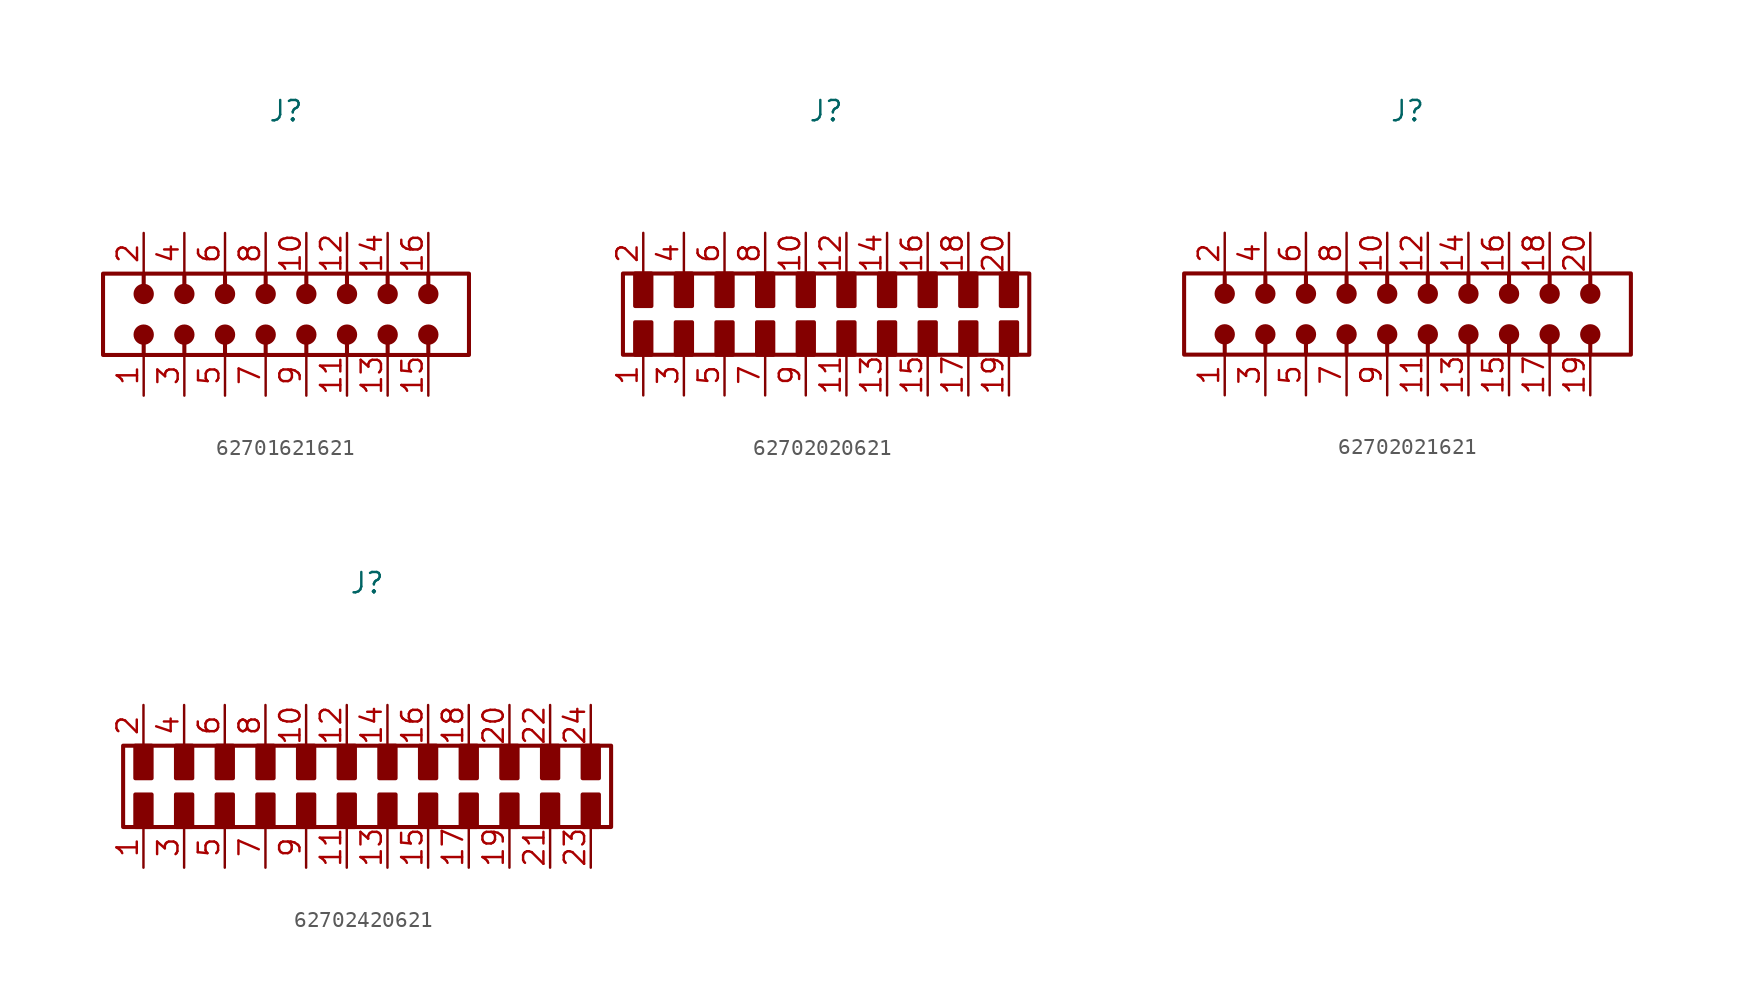
<source format=kicad_sym>
(kicad_symbol_lib
  (version 20241209)
  (generator "kicad_symbol_editor")
  (generator_version "9.0")
  (symbol "62701621621"
    (pin_names
      (hide yes))
    (property "Reference" "J"
      (at 0 12.7 0)
      (effects (font (size 1.27 1.27))))
    (symbol "62701621621_1_1"
      (polyline (pts (xy -8.89 1.778) (xy -8.89 2.54)) (stroke (width 0.254) (type solid)) (fill (type none)))
      (circle (center -8.89 1.27) (radius 0.508) (stroke (width 0.254) (type solid)) (fill (type outline)))
      (circle (center -8.89 -1.27) (radius 0.508) (stroke (width 0.254) (type solid)) (fill (type outline)))
      (polyline (pts (xy -8.89 -1.778) (xy -8.89 -2.54)) (stroke (width 0.254) (type solid)) (fill (type none)))
      (polyline (pts (xy -6.35 1.778) (xy -6.35 2.54)) (stroke (width 0.254) (type solid)) (fill (type none)))
      (circle (center -6.35 1.27) (radius 0.508) (stroke (width 0.254) (type solid)) (fill (type outline)))
      (circle (center -6.35 -1.27) (radius 0.508) (stroke (width 0.254) (type solid)) (fill (type outline)))
      (polyline (pts (xy -6.35 -1.778) (xy -6.35 -2.54)) (stroke (width 0.254) (type solid)) (fill (type none)))
      (polyline (pts (xy -3.81 1.778) (xy -3.81 2.54)) (stroke (width 0.254) (type solid)) (fill (type none)))
      (circle (center -3.81 1.27) (radius 0.508) (stroke (width 0.254) (type solid)) (fill (type outline)))
      (circle (center -3.81 -1.27) (radius 0.508) (stroke (width 0.254) (type solid)) (fill (type outline)))
      (polyline (pts (xy -3.81 -1.778) (xy -3.81 -2.54)) (stroke (width 0.254) (type solid)) (fill (type none)))
      (polyline (pts (xy -1.27 1.778) (xy -1.27 2.54)) (stroke (width 0.254) (type solid)) (fill (type none)))
      (circle (center -1.27 1.27) (radius 0.508) (stroke (width 0.254) (type solid)) (fill (type outline)))
      (circle (center -1.27 -1.27) (radius 0.508) (stroke (width 0.254) (type solid)) (fill (type outline)))
      (polyline (pts (xy -1.27 -1.778) (xy -1.27 -2.54)) (stroke (width 0.254) (type solid)) (fill (type none)))
      (polyline (pts (xy 1.27 1.778) (xy 1.27 2.54)) (stroke (width 0.254) (type solid)) (fill (type none)))
      (circle (center 1.27 1.27) (radius 0.508) (stroke (width 0.254) (type solid)) (fill (type outline)))
      (circle (center 1.27 -1.27) (radius 0.508) (stroke (width 0.254) (type solid)) (fill (type outline)))
      (polyline (pts (xy 1.27 -1.778) (xy 1.27 -2.54)) (stroke (width 0.254) (type solid)) (fill (type none)))
      (polyline (pts (xy 3.81 1.778) (xy 3.81 2.54)) (stroke (width 0.254) (type solid)) (fill (type none)))
      (circle (center 3.81 1.27) (radius 0.508) (stroke (width 0.254) (type solid)) (fill (type outline)))
      (circle (center 3.81 -1.27) (radius 0.508) (stroke (width 0.254) (type solid)) (fill (type outline)))
      (polyline (pts (xy 3.81 -1.778) (xy 3.81 -2.54)) (stroke (width 0.254) (type solid)) (fill (type none)))
      (polyline (pts (xy 6.35 1.778) (xy 6.35 2.54)) (stroke (width 0.254) (type solid)) (fill (type none)))
      (circle (center 6.35 1.27) (radius 0.508) (stroke (width 0.254) (type solid)) (fill (type outline)))
      (circle (center 6.35 -1.27) (radius 0.508) (stroke (width 0.254) (type solid)) (fill (type outline)))
      (polyline (pts (xy 6.35 -1.778) (xy 6.35 -2.54)) (stroke (width 0.254) (type solid)) (fill (type none)))
      (polyline (pts (xy 8.89 1.778) (xy 8.89 2.54)) (stroke (width 0.254) (type solid)) (fill (type none)))
      (circle (center 8.89 1.27) (radius 0.508) (stroke (width 0.254) (type solid)) (fill (type outline)))
      (circle (center 8.89 -1.27) (radius 0.508) (stroke (width 0.254) (type solid)) (fill (type outline)))
      (polyline (pts (xy 8.89 -1.778) (xy 8.89 -2.54)) (stroke (width 0.254) (type solid)) (fill (type none)))
      (rectangle (start 11.43 -2.54) (end -11.43 2.54) (stroke (width 0.254) (type solid)) (fill (type none)))
      (pin passive line (at -8.89 5.08 270) (length 2.54) (name "2" (effects (font (size 1.27 1.27)))) (number "2" (effects (font (size 1.27 1.27)))))
      (pin passive line (at -8.89 -5.08 90) (length 2.54) (name "1" (effects (font (size 1.27 1.27)))) (number "1" (effects (font (size 1.27 1.27)))))
      (pin passive line (at -6.35 5.08 270) (length 2.54) (name "4" (effects (font (size 1.27 1.27)))) (number "4" (effects (font (size 1.27 1.27)))))
      (pin passive line (at -6.35 -5.08 90) (length 2.54) (name "3" (effects (font (size 1.27 1.27)))) (number "3" (effects (font (size 1.27 1.27)))))
      (pin passive line (at -3.81 5.08 270) (length 2.54) (name "6" (effects (font (size 1.27 1.27)))) (number "6" (effects (font (size 1.27 1.27)))))
      (pin passive line (at -3.81 -5.08 90) (length 2.54) (name "5" (effects (font (size 1.27 1.27)))) (number "5" (effects (font (size 1.27 1.27)))))
      (pin passive line (at -1.27 5.08 270) (length 2.54) (name "8" (effects (font (size 1.27 1.27)))) (number "8" (effects (font (size 1.27 1.27)))))
      (pin passive line (at -1.27 -5.08 90) (length 2.54) (name "7" (effects (font (size 1.27 1.27)))) (number "7" (effects (font (size 1.27 1.27)))))
      (pin passive line (at 1.27 5.08 270) (length 2.54) (name "10" (effects (font (size 1.27 1.27)))) (number "10" (effects (font (size 1.27 1.27)))))
      (pin passive line (at 1.27 -5.08 90) (length 2.54) (name "9" (effects (font (size 1.27 1.27)))) (number "9" (effects (font (size 1.27 1.27)))))
      (pin passive line (at 3.81 5.08 270) (length 2.54) (name "12" (effects (font (size 1.27 1.27)))) (number "12" (effects (font (size 1.27 1.27)))))
      (pin passive line (at 3.81 -5.08 90) (length 2.54) (name "11" (effects (font (size 1.27 1.27)))) (number "11" (effects (font (size 1.27 1.27)))))
      (pin passive line (at 6.35 5.08 270) (length 2.54) (name "14" (effects (font (size 1.27 1.27)))) (number "14" (effects (font (size 1.27 1.27)))))
      (pin passive line (at 6.35 -5.08 90) (length 2.54) (name "13" (effects (font (size 1.27 1.27)))) (number "13" (effects (font (size 1.27 1.27)))))
      (pin passive line (at 8.89 5.08 270) (length 2.54) (name "16" (effects (font (size 1.27 1.27)))) (number "16" (effects (font (size 1.27 1.27)))))
      (pin passive line (at 8.89 -5.08 90) (length 2.54) (name "15" (effects (font (size 1.27 1.27)))) (number "15" (effects (font (size 1.27 1.27)))))))
  (symbol "62702020621"
    (pin_names
      (hide yes))
    (property "Reference" "J"
      (at 0 12.7 0)
      (effects (font (size 1.27 1.27))))
    (symbol "62702020621_1_1"
      (rectangle (start -12.7 2.54) (end 12.7 -2.54) (stroke (width 0.254) (type solid)) (fill (type none)))
      (rectangle (start -11.938 2.54) (end -10.922 0.508) (stroke (width 0.254) (type solid)) (fill (type outline)))
      (rectangle (start -11.938 -0.508) (end -10.922 -2.54) (stroke (width 0.254) (type solid)) (fill (type outline)))
      (rectangle (start -9.398 2.54) (end -8.382 0.508) (stroke (width 0.254) (type solid)) (fill (type outline)))
      (rectangle (start -9.398 -0.508) (end -8.382 -2.54) (stroke (width 0.254) (type solid)) (fill (type outline)))
      (rectangle (start -6.858 2.54) (end -5.842 0.508) (stroke (width 0.254) (type solid)) (fill (type outline)))
      (rectangle (start -6.858 -0.508) (end -5.842 -2.54) (stroke (width 0.254) (type solid)) (fill (type outline)))
      (rectangle (start -4.318 2.54) (end -3.302 0.508) (stroke (width 0.254) (type solid)) (fill (type outline)))
      (rectangle (start -4.318 -0.508) (end -3.302 -2.54) (stroke (width 0.254) (type solid)) (fill (type outline)))
      (rectangle (start -1.778 2.54) (end -0.762 0.508) (stroke (width 0.254) (type solid)) (fill (type outline)))
      (rectangle (start -1.778 -0.508) (end -0.762 -2.54) (stroke (width 0.254) (type solid)) (fill (type outline)))
      (rectangle (start 0.762 2.54) (end 1.778 0.508) (stroke (width 0.254) (type solid)) (fill (type outline)))
      (rectangle (start 0.762 -0.508) (end 1.778 -2.54) (stroke (width 0.254) (type solid)) (fill (type outline)))
      (rectangle (start 3.302 2.54) (end 4.318 0.508) (stroke (width 0.254) (type solid)) (fill (type outline)))
      (rectangle (start 3.302 -0.508) (end 4.318 -2.54) (stroke (width 0.254) (type solid)) (fill (type outline)))
      (rectangle (start 5.842 2.54) (end 6.858 0.508) (stroke (width 0.254) (type solid)) (fill (type outline)))
      (rectangle (start 5.842 -0.508) (end 6.858 -2.54) (stroke (width 0.254) (type solid)) (fill (type outline)))
      (rectangle (start 8.382 2.54) (end 9.398 0.508) (stroke (width 0.254) (type solid)) (fill (type outline)))
      (rectangle (start 8.382 -0.508) (end 9.398 -2.54) (stroke (width 0.254) (type solid)) (fill (type outline)))
      (rectangle (start 10.922 2.54) (end 11.938 0.508) (stroke (width 0.254) (type solid)) (fill (type outline)))
      (rectangle (start 10.922 -0.508) (end 11.938 -2.54) (stroke (width 0.254) (type solid)) (fill (type outline)))
      (pin passive line (at -11.43 5.08 270) (length 2.54) (name "2" (effects (font (size 1.27 1.27)))) (number "2" (effects (font (size 1.27 1.27)))))
      (pin passive line (at -11.43 -5.08 90) (length 2.54) (name "1" (effects (font (size 1.27 1.27)))) (number "1" (effects (font (size 1.27 1.27)))))
      (pin passive line (at -8.89 5.08 270) (length 2.54) (name "4" (effects (font (size 1.27 1.27)))) (number "4" (effects (font (size 1.27 1.27)))))
      (pin passive line (at -8.89 -5.08 90) (length 2.54) (name "3" (effects (font (size 1.27 1.27)))) (number "3" (effects (font (size 1.27 1.27)))))
      (pin passive line (at -6.35 5.08 270) (length 2.54) (name "6" (effects (font (size 1.27 1.27)))) (number "6" (effects (font (size 1.27 1.27)))))
      (pin passive line (at -6.35 -5.08 90) (length 2.54) (name "5" (effects (font (size 1.27 1.27)))) (number "5" (effects (font (size 1.27 1.27)))))
      (pin passive line (at -3.81 5.08 270) (length 2.54) (name "8" (effects (font (size 1.27 1.27)))) (number "8" (effects (font (size 1.27 1.27)))))
      (pin passive line (at -3.81 -5.08 90) (length 2.54) (name "7" (effects (font (size 1.27 1.27)))) (number "7" (effects (font (size 1.27 1.27)))))
      (pin passive line (at -1.27 5.08 270) (length 2.54) (name "10" (effects (font (size 1.27 1.27)))) (number "10" (effects (font (size 1.27 1.27)))))
      (pin passive line (at -1.27 -5.08 90) (length 2.54) (name "9" (effects (font (size 1.27 1.27)))) (number "9" (effects (font (size 1.27 1.27)))))
      (pin passive line (at 1.27 5.08 270) (length 2.54) (name "12" (effects (font (size 1.27 1.27)))) (number "12" (effects (font (size 1.27 1.27)))))
      (pin passive line (at 1.27 -5.08 90) (length 2.54) (name "11" (effects (font (size 1.27 1.27)))) (number "11" (effects (font (size 1.27 1.27)))))
      (pin passive line (at 3.81 5.08 270) (length 2.54) (name "14" (effects (font (size 1.27 1.27)))) (number "14" (effects (font (size 1.27 1.27)))))
      (pin passive line (at 3.81 -5.08 90) (length 2.54) (name "13" (effects (font (size 1.27 1.27)))) (number "13" (effects (font (size 1.27 1.27)))))
      (pin passive line (at 6.35 5.08 270) (length 2.54) (name "16" (effects (font (size 1.27 1.27)))) (number "16" (effects (font (size 1.27 1.27)))))
      (pin passive line (at 6.35 -5.08 90) (length 2.54) (name "15" (effects (font (size 1.27 1.27)))) (number "15" (effects (font (size 1.27 1.27)))))
      (pin passive line (at 8.89 5.08 270) (length 2.54) (name "18" (effects (font (size 1.27 1.27)))) (number "18" (effects (font (size 1.27 1.27)))))
      (pin passive line (at 8.89 -5.08 90) (length 2.54) (name "17" (effects (font (size 1.27 1.27)))) (number "17" (effects (font (size 1.27 1.27)))))
      (pin passive line (at 11.43 5.08 270) (length 2.54) (name "20" (effects (font (size 1.27 1.27)))) (number "20" (effects (font (size 1.27 1.27)))))
      (pin passive line (at 11.43 -5.08 90) (length 2.54) (name "19" (effects (font (size 1.27 1.27)))) (number "19" (effects (font (size 1.27 1.27)))))))
  (symbol "62702021621"
    (pin_names
      (hide yes))
    (property "Reference" "J"
      (at 0 12.7 0)
      (effects (font (size 1.27 1.27))))
    (symbol "62702021621_1_1"
      (polyline (pts (xy -11.43 1.778) (xy -11.43 2.54)) (stroke (width 0.254) (type solid)) (fill (type none)))
      (circle (center -11.43 1.27) (radius 0.508) (stroke (width 0.254) (type solid)) (fill (type outline)))
      (circle (center -11.43 -1.27) (radius 0.508) (stroke (width 0.254) (type solid)) (fill (type outline)))
      (polyline (pts (xy -11.43 -1.778) (xy -11.43 -2.54)) (stroke (width 0.254) (type solid)) (fill (type none)))
      (polyline (pts (xy -8.89 1.778) (xy -8.89 2.54)) (stroke (width 0.254) (type solid)) (fill (type none)))
      (circle (center -8.89 1.27) (radius 0.508) (stroke (width 0.254) (type solid)) (fill (type outline)))
      (circle (center -8.89 -1.27) (radius 0.508) (stroke (width 0.254) (type solid)) (fill (type outline)))
      (polyline (pts (xy -8.89 -1.778) (xy -8.89 -2.54)) (stroke (width 0.254) (type solid)) (fill (type none)))
      (polyline (pts (xy -6.35 1.778) (xy -6.35 2.54)) (stroke (width 0.254) (type solid)) (fill (type none)))
      (circle (center -6.35 1.27) (radius 0.508) (stroke (width 0.254) (type solid)) (fill (type outline)))
      (circle (center -6.35 -1.27) (radius 0.508) (stroke (width 0.254) (type solid)) (fill (type outline)))
      (polyline (pts (xy -6.35 -1.778) (xy -6.35 -2.54)) (stroke (width 0.254) (type solid)) (fill (type none)))
      (polyline (pts (xy -3.81 1.778) (xy -3.81 2.54)) (stroke (width 0.254) (type solid)) (fill (type none)))
      (circle (center -3.81 1.27) (radius 0.508) (stroke (width 0.254) (type solid)) (fill (type outline)))
      (circle (center -3.81 -1.27) (radius 0.508) (stroke (width 0.254) (type solid)) (fill (type outline)))
      (polyline (pts (xy -3.81 -1.778) (xy -3.81 -2.54)) (stroke (width 0.254) (type solid)) (fill (type none)))
      (polyline (pts (xy -1.27 1.778) (xy -1.27 2.54)) (stroke (width 0.254) (type solid)) (fill (type none)))
      (circle (center -1.27 1.27) (radius 0.508) (stroke (width 0.254) (type solid)) (fill (type outline)))
      (circle (center -1.27 -1.27) (radius 0.508) (stroke (width 0.254) (type solid)) (fill (type outline)))
      (polyline (pts (xy -1.27 -1.778) (xy -1.27 -2.54)) (stroke (width 0.254) (type solid)) (fill (type none)))
      (polyline (pts (xy 1.27 1.778) (xy 1.27 2.54)) (stroke (width 0.254) (type solid)) (fill (type none)))
      (circle (center 1.27 1.27) (radius 0.508) (stroke (width 0.254) (type solid)) (fill (type outline)))
      (circle (center 1.27 -1.27) (radius 0.508) (stroke (width 0.254) (type solid)) (fill (type outline)))
      (polyline (pts (xy 1.27 -1.778) (xy 1.27 -2.54)) (stroke (width 0.254) (type solid)) (fill (type none)))
      (polyline (pts (xy 3.81 1.778) (xy 3.81 2.54)) (stroke (width 0.254) (type solid)) (fill (type none)))
      (circle (center 3.81 1.27) (radius 0.508) (stroke (width 0.254) (type solid)) (fill (type outline)))
      (circle (center 3.81 -1.27) (radius 0.508) (stroke (width 0.254) (type solid)) (fill (type outline)))
      (polyline (pts (xy 3.81 -1.778) (xy 3.81 -2.54)) (stroke (width 0.254) (type solid)) (fill (type none)))
      (polyline (pts (xy 6.35 1.778) (xy 6.35 2.54)) (stroke (width 0.254) (type solid)) (fill (type none)))
      (circle (center 6.35 1.27) (radius 0.508) (stroke (width 0.254) (type solid)) (fill (type outline)))
      (circle (center 6.35 -1.27) (radius 0.508) (stroke (width 0.254) (type solid)) (fill (type outline)))
      (polyline (pts (xy 6.35 -1.778) (xy 6.35 -2.54)) (stroke (width 0.254) (type solid)) (fill (type none)))
      (polyline (pts (xy 8.89 1.778) (xy 8.89 2.54)) (stroke (width 0.254) (type solid)) (fill (type none)))
      (circle (center 8.89 1.27) (radius 0.508) (stroke (width 0.254) (type solid)) (fill (type outline)))
      (circle (center 8.89 -1.27) (radius 0.508) (stroke (width 0.254) (type solid)) (fill (type outline)))
      (polyline (pts (xy 8.89 -1.778) (xy 8.89 -2.54)) (stroke (width 0.254) (type solid)) (fill (type none)))
      (polyline (pts (xy 11.43 1.778) (xy 11.43 2.54)) (stroke (width 0.254) (type solid)) (fill (type none)))
      (circle (center 11.43 1.27) (radius 0.508) (stroke (width 0.254) (type solid)) (fill (type outline)))
      (circle (center 11.43 -1.27) (radius 0.508) (stroke (width 0.254) (type solid)) (fill (type outline)))
      (polyline (pts (xy 11.43 -1.778) (xy 11.43 -2.54)) (stroke (width 0.254) (type solid)) (fill (type none)))
      (rectangle (start 13.97 -2.54) (end -13.97 2.54) (stroke (width 0.254) (type solid)) (fill (type none)))
      (pin passive line (at -11.43 5.08 270) (length 2.54) (name "2" (effects (font (size 1.27 1.27)))) (number "2" (effects (font (size 1.27 1.27)))))
      (pin passive line (at -11.43 -5.08 90) (length 2.54) (name "1" (effects (font (size 1.27 1.27)))) (number "1" (effects (font (size 1.27 1.27)))))
      (pin passive line (at -8.89 5.08 270) (length 2.54) (name "4" (effects (font (size 1.27 1.27)))) (number "4" (effects (font (size 1.27 1.27)))))
      (pin passive line (at -8.89 -5.08 90) (length 2.54) (name "3" (effects (font (size 1.27 1.27)))) (number "3" (effects (font (size 1.27 1.27)))))
      (pin passive line (at -6.35 5.08 270) (length 2.54) (name "6" (effects (font (size 1.27 1.27)))) (number "6" (effects (font (size 1.27 1.27)))))
      (pin passive line (at -6.35 -5.08 90) (length 2.54) (name "5" (effects (font (size 1.27 1.27)))) (number "5" (effects (font (size 1.27 1.27)))))
      (pin passive line (at -3.81 5.08 270) (length 2.54) (name "8" (effects (font (size 1.27 1.27)))) (number "8" (effects (font (size 1.27 1.27)))))
      (pin passive line (at -3.81 -5.08 90) (length 2.54) (name "7" (effects (font (size 1.27 1.27)))) (number "7" (effects (font (size 1.27 1.27)))))
      (pin passive line (at -1.27 5.08 270) (length 2.54) (name "10" (effects (font (size 1.27 1.27)))) (number "10" (effects (font (size 1.27 1.27)))))
      (pin passive line (at -1.27 -5.08 90) (length 2.54) (name "9" (effects (font (size 1.27 1.27)))) (number "9" (effects (font (size 1.27 1.27)))))
      (pin passive line (at 1.27 5.08 270) (length 2.54) (name "12" (effects (font (size 1.27 1.27)))) (number "12" (effects (font (size 1.27 1.27)))))
      (pin passive line (at 1.27 -5.08 90) (length 2.54) (name "11" (effects (font (size 1.27 1.27)))) (number "11" (effects (font (size 1.27 1.27)))))
      (pin passive line (at 3.81 5.08 270) (length 2.54) (name "14" (effects (font (size 1.27 1.27)))) (number "14" (effects (font (size 1.27 1.27)))))
      (pin passive line (at 3.81 -5.08 90) (length 2.54) (name "13" (effects (font (size 1.27 1.27)))) (number "13" (effects (font (size 1.27 1.27)))))
      (pin passive line (at 6.35 5.08 270) (length 2.54) (name "16" (effects (font (size 1.27 1.27)))) (number "16" (effects (font (size 1.27 1.27)))))
      (pin passive line (at 6.35 -5.08 90) (length 2.54) (name "15" (effects (font (size 1.27 1.27)))) (number "15" (effects (font (size 1.27 1.27)))))
      (pin passive line (at 8.89 5.08 270) (length 2.54) (name "18" (effects (font (size 1.27 1.27)))) (number "18" (effects (font (size 1.27 1.27)))))
      (pin passive line (at 8.89 -5.08 90) (length 2.54) (name "17" (effects (font (size 1.27 1.27)))) (number "17" (effects (font (size 1.27 1.27)))))
      (pin passive line (at 11.43 5.08 270) (length 2.54) (name "20" (effects (font (size 1.27 1.27)))) (number "20" (effects (font (size 1.27 1.27)))))
      (pin passive line (at 11.43 -5.08 90) (length 2.54) (name "19" (effects (font (size 1.27 1.27)))) (number "19" (effects (font (size 1.27 1.27)))))))
  (symbol "62702420621"
    (pin_names
      (hide yes))
    (property "Reference" "J"
      (at 0 12.7 0)
      (effects (font (size 1.27 1.27))))
    (symbol "62702420621_1_1"
      (rectangle (start -15.24 2.54) (end 15.24 -2.54) (stroke (width 0.254) (type solid)) (fill (type none)))
      (rectangle (start -14.478 2.54) (end -13.462 0.508) (stroke (width 0.254) (type solid)) (fill (type outline)))
      (rectangle (start -14.478 -0.508) (end -13.462 -2.54) (stroke (width 0.254) (type solid)) (fill (type outline)))
      (rectangle (start -11.938 2.54) (end -10.922 0.508) (stroke (width 0.254) (type solid)) (fill (type outline)))
      (rectangle (start -11.938 -0.508) (end -10.922 -2.54) (stroke (width 0.254) (type solid)) (fill (type outline)))
      (rectangle (start -9.398 2.54) (end -8.382 0.508) (stroke (width 0.254) (type solid)) (fill (type outline)))
      (rectangle (start -9.398 -0.508) (end -8.382 -2.54) (stroke (width 0.254) (type solid)) (fill (type outline)))
      (rectangle (start -6.858 2.54) (end -5.842 0.508) (stroke (width 0.254) (type solid)) (fill (type outline)))
      (rectangle (start -6.858 -0.508) (end -5.842 -2.54) (stroke (width 0.254) (type solid)) (fill (type outline)))
      (rectangle (start -4.318 2.54) (end -3.302 0.508) (stroke (width 0.254) (type solid)) (fill (type outline)))
      (rectangle (start -4.318 -0.508) (end -3.302 -2.54) (stroke (width 0.254) (type solid)) (fill (type outline)))
      (rectangle (start -1.778 2.54) (end -0.762 0.508) (stroke (width 0.254) (type solid)) (fill (type outline)))
      (rectangle (start -1.778 -0.508) (end -0.762 -2.54) (stroke (width 0.254) (type solid)) (fill (type outline)))
      (rectangle (start 0.762 2.54) (end 1.778 0.508) (stroke (width 0.254) (type solid)) (fill (type outline)))
      (rectangle (start 0.762 -0.508) (end 1.778 -2.54) (stroke (width 0.254) (type solid)) (fill (type outline)))
      (rectangle (start 3.302 2.54) (end 4.318 0.508) (stroke (width 0.254) (type solid)) (fill (type outline)))
      (rectangle (start 3.302 -0.508) (end 4.318 -2.54) (stroke (width 0.254) (type solid)) (fill (type outline)))
      (rectangle (start 5.842 2.54) (end 6.858 0.508) (stroke (width 0.254) (type solid)) (fill (type outline)))
      (rectangle (start 5.842 -0.508) (end 6.858 -2.54) (stroke (width 0.254) (type solid)) (fill (type outline)))
      (rectangle (start 8.382 2.54) (end 9.398 0.508) (stroke (width 0.254) (type solid)) (fill (type outline)))
      (rectangle (start 8.382 -0.508) (end 9.398 -2.54) (stroke (width 0.254) (type solid)) (fill (type outline)))
      (rectangle (start 10.922 2.54) (end 11.938 0.508) (stroke (width 0.254) (type solid)) (fill (type outline)))
      (rectangle (start 10.922 -0.508) (end 11.938 -2.54) (stroke (width 0.254) (type solid)) (fill (type outline)))
      (rectangle (start 13.462 2.54) (end 14.478 0.508) (stroke (width 0.254) (type solid)) (fill (type outline)))
      (rectangle (start 13.462 -0.508) (end 14.478 -2.54) (stroke (width 0.254) (type solid)) (fill (type outline)))
      (pin passive line (at -13.97 5.08 270) (length 2.54) (name "2" (effects (font (size 1.27 1.27)))) (number "2" (effects (font (size 1.27 1.27)))))
      (pin passive line (at -13.97 -5.08 90) (length 2.54) (name "1" (effects (font (size 1.27 1.27)))) (number "1" (effects (font (size 1.27 1.27)))))
      (pin passive line (at -11.43 5.08 270) (length 2.54) (name "4" (effects (font (size 1.27 1.27)))) (number "4" (effects (font (size 1.27 1.27)))))
      (pin passive line (at -11.43 -5.08 90) (length 2.54) (name "3" (effects (font (size 1.27 1.27)))) (number "3" (effects (font (size 1.27 1.27)))))
      (pin passive line (at -8.89 5.08 270) (length 2.54) (name "6" (effects (font (size 1.27 1.27)))) (number "6" (effects (font (size 1.27 1.27)))))
      (pin passive line (at -8.89 -5.08 90) (length 2.54) (name "5" (effects (font (size 1.27 1.27)))) (number "5" (effects (font (size 1.27 1.27)))))
      (pin passive line (at -6.35 5.08 270) (length 2.54) (name "8" (effects (font (size 1.27 1.27)))) (number "8" (effects (font (size 1.27 1.27)))))
      (pin passive line (at -6.35 -5.08 90) (length 2.54) (name "7" (effects (font (size 1.27 1.27)))) (number "7" (effects (font (size 1.27 1.27)))))
      (pin passive line (at -3.81 5.08 270) (length 2.54) (name "10" (effects (font (size 1.27 1.27)))) (number "10" (effects (font (size 1.27 1.27)))))
      (pin passive line (at -3.81 -5.08 90) (length 2.54) (name "9" (effects (font (size 1.27 1.27)))) (number "9" (effects (font (size 1.27 1.27)))))
      (pin passive line (at -1.27 5.08 270) (length 2.54) (name "12" (effects (font (size 1.27 1.27)))) (number "12" (effects (font (size 1.27 1.27)))))
      (pin passive line (at -1.27 -5.08 90) (length 2.54) (name "11" (effects (font (size 1.27 1.27)))) (number "11" (effects (font (size 1.27 1.27)))))
      (pin passive line (at 1.27 5.08 270) (length 2.54) (name "14" (effects (font (size 1.27 1.27)))) (number "14" (effects (font (size 1.27 1.27)))))
      (pin passive line (at 1.27 -5.08 90) (length 2.54) (name "13" (effects (font (size 1.27 1.27)))) (number "13" (effects (font (size 1.27 1.27)))))
      (pin passive line (at 3.81 5.08 270) (length 2.54) (name "16" (effects (font (size 1.27 1.27)))) (number "16" (effects (font (size 1.27 1.27)))))
      (pin passive line (at 3.81 -5.08 90) (length 2.54) (name "15" (effects (font (size 1.27 1.27)))) (number "15" (effects (font (size 1.27 1.27)))))
      (pin passive line (at 6.35 5.08 270) (length 2.54) (name "18" (effects (font (size 1.27 1.27)))) (number "18" (effects (font (size 1.27 1.27)))))
      (pin passive line (at 6.35 -5.08 90) (length 2.54) (name "17" (effects (font (size 1.27 1.27)))) (number "17" (effects (font (size 1.27 1.27)))))
      (pin passive line (at 8.89 5.08 270) (length 2.54) (name "20" (effects (font (size 1.27 1.27)))) (number "20" (effects (font (size 1.27 1.27)))))
      (pin passive line (at 8.89 -5.08 90) (length 2.54) (name "19" (effects (font (size 1.27 1.27)))) (number "19" (effects (font (size 1.27 1.27)))))
      (pin passive line (at 11.43 5.08 270) (length 2.54) (name "22" (effects (font (size 1.27 1.27)))) (number "22" (effects (font (size 1.27 1.27)))))
      (pin passive line (at 11.43 -5.08 90) (length 2.54) (name "21" (effects (font (size 1.27 1.27)))) (number "21" (effects (font (size 1.27 1.27)))))
      (pin passive line (at 13.97 5.08 270) (length 2.54) (name "24" (effects (font (size 1.27 1.27)))) (number "24" (effects (font (size 1.27 1.27)))))
      (pin passive line (at 13.97 -5.08 90) (length 2.54) (name "23" (effects (font (size 1.27 1.27)))) (number "23" (effects (font (size 1.27 1.27))))))))
</source>
